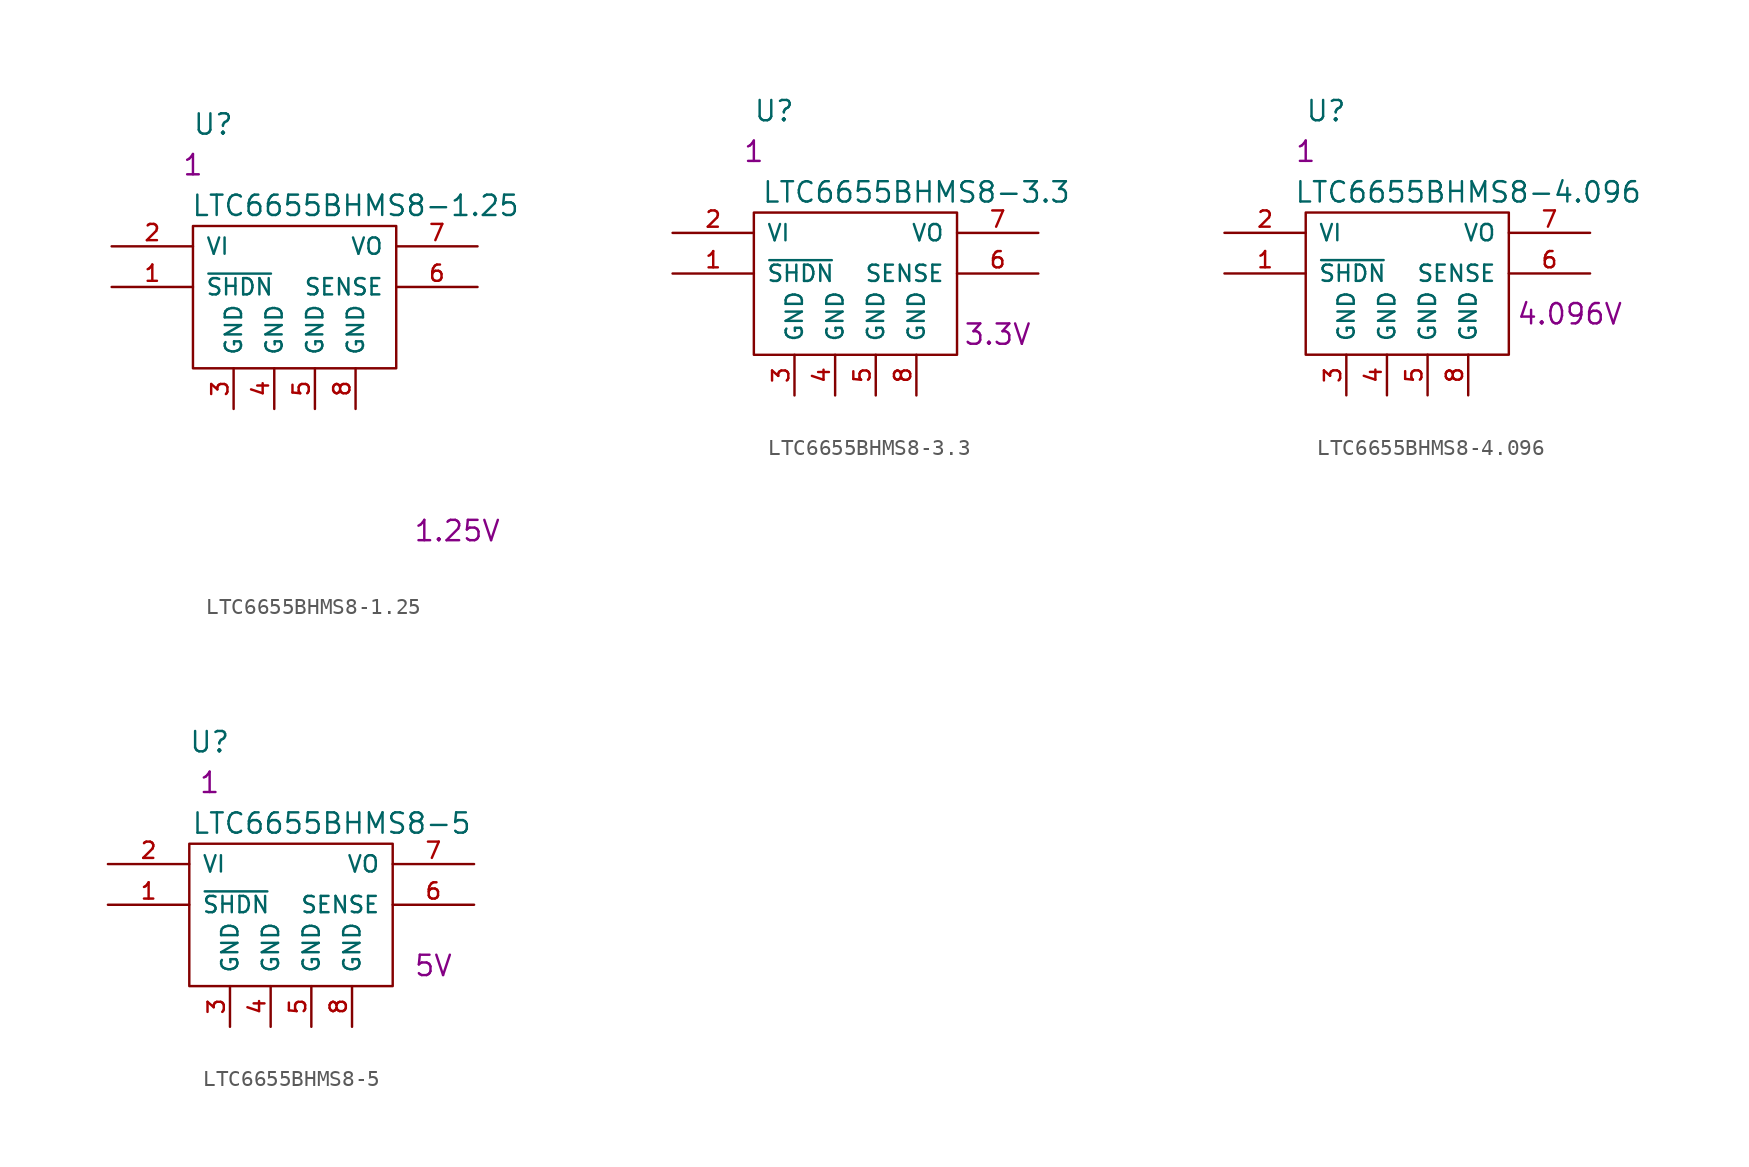
<source format=kicad_sym>
(kicad_symbol_lib
  (version 20211014)
  (generator kicad_symbol_editor)
  (symbol "LTC6655BHMS8-1.25"
    (pin_names
      (offset 0.762))
    (property "Reference" "U"
      (at 6.35 7.62 0)
      (effects (font (size 1.27 1.27))))
    (property "Value" "LTC6655BHMS8-1.25"
      (at 15.24 2.54 0)
      (effects (font (size 1.27 1.27))))
    (property "Qty" "1"
      (at 5.08 5.08 0)
      (effects (font (size 1.27 1.27))))
    (property "Desc1" "1.25V"
      (at 21.59 -17.78 0)
      (effects (font (size 1.27 1.27))))
    (symbol "LTC6655BHMS8-1.25_0_1"
      (rectangle (start 5.08 -7.62) (end 17.78 1.27) (stroke (width 0) (type default) (color 0 0 0 0)) (fill (type none))))
    (symbol "LTC6655BHMS8-1.25_1_1"
      (pin input line (at 0 -2.54 0) (length 5.08) (name "~{SHDN}" (effects (font (size 1.016 1.016)))) (number "1" (effects (font (size 1.016 1.016)))))
      (pin power_in line (at 0 0 0) (length 5.08) (name "VI" (effects (font (size 1.016 1.016)))) (number "2" (effects (font (size 1.016 1.016)))))
      (pin power_in line (at 7.62 -10.16 90) (length 2.54) (name "GND" (effects (font (size 1.016 1.016)))) (number "3" (effects (font (size 1.016 1.016)))))
      (pin power_in line (at 10.16 -10.16 90) (length 2.54) (name "GND" (effects (font (size 1.016 1.016)))) (number "4" (effects (font (size 1.016 1.016)))))
      (pin power_in line (at 12.7 -10.16 90) (length 2.54) (name "GND" (effects (font (size 1.016 1.016)))) (number "5" (effects (font (size 1.016 1.016)))))
      (pin input line (at 22.86 -2.54 180) (length 5.08) (name "SENSE" (effects (font (size 1.016 1.016)))) (number "6" (effects (font (size 1.016 1.016)))))
      (pin power_out line (at 22.86 0 180) (length 5.08) (name "VO" (effects (font (size 1.016 1.016)))) (number "7" (effects (font (size 1.016 1.016)))))
      (pin power_in line (at 15.24 -10.16 90) (length 2.54) (name "GND" (effects (font (size 1.016 1.016)))) (number "8" (effects (font (size 1.016 1.016)))))))
  (symbol "LTC6655BHMS8-3.3"
    (pin_names
      (offset 0.762))
    (property "Reference" "U"
      (at 6.35 7.62 0)
      (effects (font (size 1.27 1.27))))
    (property "Value" "LTC6655BHMS8-3.3"
      (at 15.24 2.54 0)
      (effects (font (size 1.27 1.27))))
    (property "Qty" "1"
      (at 5.08 5.08 0)
      (effects (font (size 1.27 1.27))))
    (property "Desc1" "3.3V"
      (at 20.32 -6.35 0)
      (effects (font (size 1.27 1.27))))
    (symbol "LTC6655BHMS8-3.3_0_1"
      (rectangle (start 5.08 -7.62) (end 17.78 1.27) (stroke (width 0) (type default) (color 0 0 0 0)) (fill (type none))))
    (symbol "LTC6655BHMS8-3.3_1_1"
      (pin input line (at 0 -2.54 0) (length 5.08) (name "~{SHDN}" (effects (font (size 1.016 1.016)))) (number "1" (effects (font (size 1.016 1.016)))))
      (pin power_in line (at 0 0 0) (length 5.08) (name "VI" (effects (font (size 1.016 1.016)))) (number "2" (effects (font (size 1.016 1.016)))))
      (pin power_in line (at 7.62 -10.16 90) (length 2.54) (name "GND" (effects (font (size 1.016 1.016)))) (number "3" (effects (font (size 1.016 1.016)))))
      (pin power_in line (at 10.16 -10.16 90) (length 2.54) (name "GND" (effects (font (size 1.016 1.016)))) (number "4" (effects (font (size 1.016 1.016)))))
      (pin power_in line (at 12.7 -10.16 90) (length 2.54) (name "GND" (effects (font (size 1.016 1.016)))) (number "5" (effects (font (size 1.016 1.016)))))
      (pin input line (at 22.86 -2.54 180) (length 5.08) (name "SENSE" (effects (font (size 1.016 1.016)))) (number "6" (effects (font (size 1.016 1.016)))))
      (pin power_out line (at 22.86 0 180) (length 5.08) (name "VO" (effects (font (size 1.016 1.016)))) (number "7" (effects (font (size 1.016 1.016)))))
      (pin power_in line (at 15.24 -10.16 90) (length 2.54) (name "GND" (effects (font (size 1.016 1.016)))) (number "8" (effects (font (size 1.016 1.016)))))))
  (symbol "LTC6655BHMS8-4.096"
    (pin_names
      (offset 0.762))
    (property "Reference" "U"
      (at 6.35 7.62 0)
      (effects (font (size 1.27 1.27))))
    (property "Value" "LTC6655BHMS8-4.096"
      (at 15.24 2.54 0)
      (effects (font (size 1.27 1.27))))
    (property "Qty" "1"
      (at 5.08 5.08 0)
      (effects (font (size 1.27 1.27))))
    (property "Desc1" "4.096V"
      (at 21.59 -5.08 0)
      (effects (font (size 1.27 1.27))))
    (symbol "LTC6655BHMS8-4.096_0_1"
      (rectangle (start 5.08 -7.62) (end 17.78 1.27) (stroke (width 0) (type default) (color 0 0 0 0)) (fill (type none))))
    (symbol "LTC6655BHMS8-4.096_1_1"
      (pin input line (at 0 -2.54 0) (length 5.08) (name "~{SHDN}" (effects (font (size 1.016 1.016)))) (number "1" (effects (font (size 1.016 1.016)))))
      (pin power_in line (at 0 0 0) (length 5.08) (name "VI" (effects (font (size 1.016 1.016)))) (number "2" (effects (font (size 1.016 1.016)))))
      (pin power_in line (at 7.62 -10.16 90) (length 2.54) (name "GND" (effects (font (size 1.016 1.016)))) (number "3" (effects (font (size 1.016 1.016)))))
      (pin power_in line (at 10.16 -10.16 90) (length 2.54) (name "GND" (effects (font (size 1.016 1.016)))) (number "4" (effects (font (size 1.016 1.016)))))
      (pin power_in line (at 12.7 -10.16 90) (length 2.54) (name "GND" (effects (font (size 1.016 1.016)))) (number "5" (effects (font (size 1.016 1.016)))))
      (pin input line (at 22.86 -2.54 180) (length 5.08) (name "SENSE" (effects (font (size 1.016 1.016)))) (number "6" (effects (font (size 1.016 1.016)))))
      (pin power_out line (at 22.86 0 180) (length 5.08) (name "VO" (effects (font (size 1.016 1.016)))) (number "7" (effects (font (size 1.016 1.016)))))
      (pin power_in line (at 15.24 -10.16 90) (length 2.54) (name "GND" (effects (font (size 1.016 1.016)))) (number "8" (effects (font (size 1.016 1.016)))))))
  (symbol "LTC6655BHMS8-5"
    (pin_names
      (offset 0.762))
    (property "Reference" "U"
      (at 6.35 7.62 0)
      (effects (font (size 1.27 1.27))))
    (property "Value" "LTC6655BHMS8-5"
      (at 13.97 2.54 0)
      (effects (font (size 1.27 1.27))))
    (property "Qty" "1"
      (at 6.35 5.08 0)
      (effects (font (size 1.27 1.27))))
    (property "Desc1" "5V"
      (at 20.32 -6.35 0)
      (effects (font (size 1.27 1.27))))
    (symbol "LTC6655BHMS8-5_0_1"
      (rectangle (start 5.08 -7.62) (end 17.78 1.27) (stroke (width 0) (type default) (color 0 0 0 0)) (fill (type none))))
    (symbol "LTC6655BHMS8-5_1_1"
      (pin input line (at 0 -2.54 0) (length 5.08) (name "~{SHDN}" (effects (font (size 1.016 1.016)))) (number "1" (effects (font (size 1.016 1.016)))))
      (pin power_in line (at 0 0 0) (length 5.08) (name "VI" (effects (font (size 1.016 1.016)))) (number "2" (effects (font (size 1.016 1.016)))))
      (pin power_in line (at 7.62 -10.16 90) (length 2.54) (name "GND" (effects (font (size 1.016 1.016)))) (number "3" (effects (font (size 1.016 1.016)))))
      (pin power_in line (at 10.16 -10.16 90) (length 2.54) (name "GND" (effects (font (size 1.016 1.016)))) (number "4" (effects (font (size 1.016 1.016)))))
      (pin power_in line (at 12.7 -10.16 90) (length 2.54) (name "GND" (effects (font (size 1.016 1.016)))) (number "5" (effects (font (size 1.016 1.016)))))
      (pin input line (at 22.86 -2.54 180) (length 5.08) (name "SENSE" (effects (font (size 1.016 1.016)))) (number "6" (effects (font (size 1.016 1.016)))))
      (pin power_out line (at 22.86 0 180) (length 5.08) (name "VO" (effects (font (size 1.016 1.016)))) (number "7" (effects (font (size 1.016 1.016)))))
      (pin power_in line (at 15.24 -10.16 90) (length 2.54) (name "GND" (effects (font (size 1.016 1.016)))) (number "8" (effects (font (size 1.016 1.016))))))))
</source>
